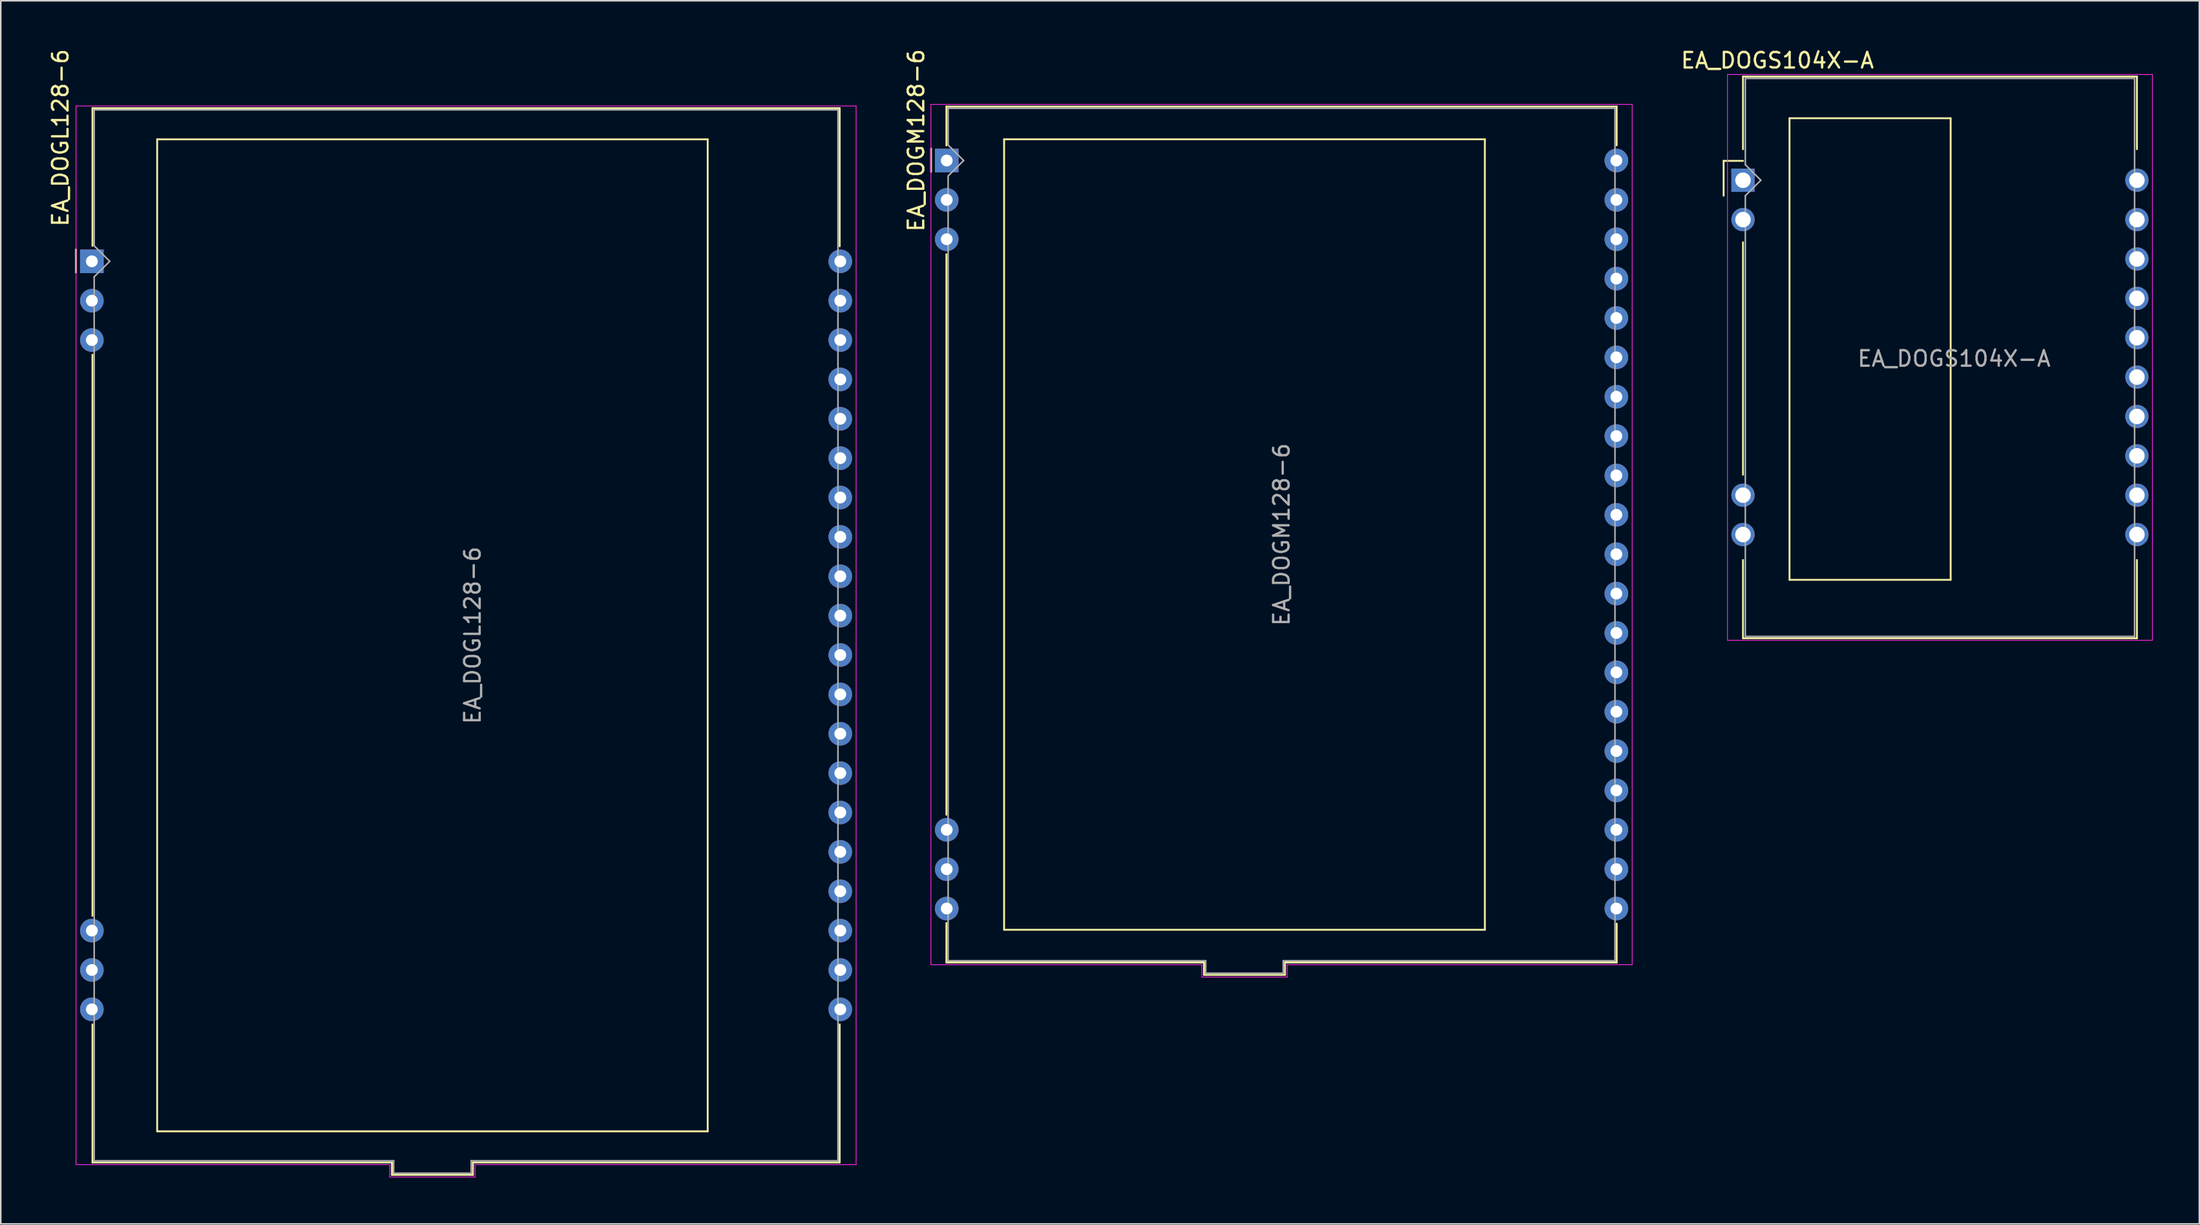
<source format=kicad_pcb>
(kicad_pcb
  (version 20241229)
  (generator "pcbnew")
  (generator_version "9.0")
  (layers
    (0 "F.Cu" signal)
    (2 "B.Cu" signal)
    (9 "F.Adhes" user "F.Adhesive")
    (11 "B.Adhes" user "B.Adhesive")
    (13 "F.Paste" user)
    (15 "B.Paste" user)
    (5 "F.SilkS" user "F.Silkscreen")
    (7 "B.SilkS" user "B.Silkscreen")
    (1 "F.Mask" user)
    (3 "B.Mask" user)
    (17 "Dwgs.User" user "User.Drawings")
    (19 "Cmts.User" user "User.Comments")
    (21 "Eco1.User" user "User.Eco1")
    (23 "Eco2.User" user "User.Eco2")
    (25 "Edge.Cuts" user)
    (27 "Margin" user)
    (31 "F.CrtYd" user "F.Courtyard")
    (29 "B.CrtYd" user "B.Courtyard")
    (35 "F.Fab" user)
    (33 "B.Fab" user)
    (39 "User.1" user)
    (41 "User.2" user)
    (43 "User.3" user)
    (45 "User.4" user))
  (footprint "EA_DOGM128-6"
    (layer "F.Cu")
    (at 57.996 7.306)
    (property "Reference" "EA_DOGM128-6" (at -1.97 -1.3 270) (layer "F.SilkS") (effects (font (size 1 1) (thickness 0.15))))
    (attr through_hole)
    (fp_line (start -1.01 -0.77) (end -1.01 0.73) (stroke (width 0.12) (type solid)) (layer "F.SilkS"))
    (fp_line (start -0.02 -3.48) (end 43.2 -3.48) (stroke (width 0.12) (type solid)) (layer "F.SilkS"))
    (fp_line (start -0.02 -0.97) (end -0.02 -3.48) (stroke (width 0.12) (type solid)) (layer "F.SilkS"))
    (fp_line (start -0.02 6.05) (end -0.02 42.21) (stroke (width 0.12) (type solid)) (layer "F.SilkS"))
    (fp_line (start -0.02 51.74) (end -0.02 49.19) (stroke (width 0.12) (type solid)) (layer "F.SilkS"))
    (fp_line (start 3.7 -1.37) (end 3.7 49.63) (stroke (width 0.12) (type solid)) (layer "F.SilkS"))
    (fp_line (start 3.7 49.63) (end 34.7 49.63) (stroke (width 0.12) (type solid)) (layer "F.SilkS"))
    (fp_line (start 16.59 51.74) (end -0.02 51.74) (stroke (width 0.12) (type solid)) (layer "F.SilkS"))
    (fp_line (start 16.59 52.54) (end 16.59 51.74) (stroke (width 0.12) (type solid)) (layer "F.SilkS"))
    (fp_line (start 21.81 51.74) (end 21.81 52.54) (stroke (width 0.12) (type solid)) (layer "F.SilkS"))
    (fp_line (start 21.81 52.54) (end 16.59 52.54) (stroke (width 0.12) (type solid)) (layer "F.SilkS"))
    (fp_line (start 34.7 -1.37) (end 3.7 -1.37) (stroke (width 0.12) (type solid)) (layer "F.SilkS"))
    (fp_line (start 34.7 49.63) (end 34.7 -1.37) (stroke (width 0.12) (type solid)) (layer "F.SilkS"))
    (fp_line (start 43.2 -3.48) (end 43.2 -0.98) (stroke (width 0.12) (type solid)) (layer "F.SilkS"))
    (fp_line (start 43.2 49.23) (end 43.2 51.74) (stroke (width 0.12) (type solid)) (layer "F.SilkS"))
    (fp_line (start 43.2 51.74) (end 21.81 51.74) (stroke (width 0.12) (type solid)) (layer "F.SilkS"))
    (fp_line (start -1.02 -3.62) (end 44.2 -3.62) (stroke (width 0.05) (type solid)) (layer "F.CrtYd"))
    (fp_line (start -1.02 51.88) (end -1.02 -3.62) (stroke (width 0.05) (type solid)) (layer "F.CrtYd"))
    (fp_line (start -1.02 51.88) (end 16.45 51.88) (stroke (width 0.05) (type solid)) (layer "F.CrtYd"))
    (fp_line (start 16.45 51.88) (end 16.45 52.68) (stroke (width 0.05) (type solid)) (layer "F.CrtYd"))
    (fp_line (start 16.45 52.68) (end 21.95 52.68) (stroke (width 0.05) (type solid)) (layer "F.CrtYd"))
    (fp_line (start 21.95 51.88) (end 44.2 51.88) (stroke (width 0.05) (type solid)) (layer "F.CrtYd"))
    (fp_line (start 21.95 52.68) (end 21.95 51.88) (stroke (width 0.05) (type solid)) (layer "F.CrtYd"))
    (fp_line (start 44.2 -3.62) (end 44.2 51.88) (stroke (width 0.05) (type solid)) (layer "F.CrtYd"))
    (fp_line (start 0.09 -1) (end 0.09 -3.37) (stroke (width 0.1) (type solid)) (layer "F.Fab"))
    (fp_line (start 0.09 -1) (end 1.09 0) (stroke (width 0.1) (type solid)) (layer "F.Fab"))
    (fp_line (start 0.09 1) (end 0.09 51.63) (stroke (width 0.1) (type solid)) (layer "F.Fab"))
    (fp_line (start 0.09 51.63) (end 16.7 51.63) (stroke (width 0.1) (type solid)) (layer "F.Fab"))
    (fp_line (start 1.09 0) (end 0.09 1) (stroke (width 0.1) (type solid)) (layer "F.Fab"))
    (fp_line (start 16.7 51.63) (end 16.7 52.43) (stroke (width 0.1) (type solid)) (layer "F.Fab"))
    (fp_line (start 16.7 52.43) (end 21.7 52.43) (stroke (width 0.1) (type solid)) (layer "F.Fab"))
    (fp_line (start 21.7 51.63) (end 43.09 51.63) (stroke (width 0.1) (type solid)) (layer "F.Fab"))
    (fp_line (start 21.7 52.43) (end 21.7 51.63) (stroke (width 0.1) (type solid)) (layer "F.Fab"))
    (fp_line (start 43.09 -3.37) (end 0.09 -3.37) (stroke (width 0.1) (type solid)) (layer "F.Fab"))
    (fp_line (start 43.09 51.63) (end 43.09 -3.37) (stroke (width 0.1) (type solid)) (layer "F.Fab"))
    (fp_text user "${REFERENCE}" (at 21.59 24.13 270) (layer "F.Fab") (effects (font (size 1 1) (thickness 0.15))))
    (pad "1" thru_hole rect (at 0 0 270) (size 1.524 1.524) (drill 0.762) (layers "*.Cu" "*.Mask"))
    (pad "2" thru_hole circle (at 0 2.54 270) (size 1.524 1.524) (drill 0.762) (layers "*.Cu" "*.Mask"))
    (pad "3" thru_hole circle (at 0 5.08 270) (size 1.524 1.524) (drill 0.762) (layers "*.Cu" "*.Mask"))
    (pad "18" thru_hole circle (at 0 43.18 270) (size 1.524 1.524) (drill 0.762) (layers "*.Cu" "*.Mask"))
    (pad "19" thru_hole circle (at 0 45.72 270) (size 1.524 1.524) (drill 0.762) (layers "*.Cu" "*.Mask"))
    (pad "20" thru_hole circle (at 0 48.26 270) (size 1.524 1.524) (drill 0.762) (layers "*.Cu" "*.Mask"))
    (pad "21" thru_hole circle (at 43.18 48.26 270) (size 1.524 1.524) (drill 0.762) (layers "*.Cu" "*.Mask"))
    (pad "22" thru_hole circle (at 43.18 45.72 270) (size 1.524 1.524) (drill 0.762) (layers "*.Cu" "*.Mask"))
    (pad "23" thru_hole circle (at 43.18 43.18 270) (size 1.524 1.524) (drill 0.762) (layers "*.Cu" "*.Mask"))
    (pad "24" thru_hole circle (at 43.18 40.64 270) (size 1.524 1.524) (drill 0.762) (layers "*.Cu" "*.Mask"))
    (pad "25" thru_hole circle (at 43.18 38.1 270) (size 1.524 1.524) (drill 0.762) (layers "*.Cu" "*.Mask"))
    (pad "26" thru_hole circle (at 43.18 35.56 270) (size 1.524 1.524) (drill 0.762) (layers "*.Cu" "*.Mask"))
    (pad "27" thru_hole circle (at 43.18 33.02 270) (size 1.524 1.524) (drill 0.762) (layers "*.Cu" "*.Mask"))
    (pad "28" thru_hole circle (at 43.18 30.48 270) (size 1.524 1.524) (drill 0.762) (layers "*.Cu" "*.Mask"))
    (pad "29" thru_hole circle (at 43.18 27.94 270) (size 1.524 1.524) (drill 0.762) (layers "*.Cu" "*.Mask"))
    (pad "30" thru_hole circle (at 43.18 25.4 270) (size 1.524 1.524) (drill 0.762) (layers "*.Cu" "*.Mask"))
    (pad "31" thru_hole circle (at 43.18 22.86 270) (size 1.524 1.524) (drill 0.762) (layers "*.Cu" "*.Mask"))
    (pad "32" thru_hole circle (at 43.18 20.32 270) (size 1.524 1.524) (drill 0.762) (layers "*.Cu" "*.Mask"))
    (pad "33" thru_hole circle (at 43.18 17.78 270) (size 1.524 1.524) (drill 0.762) (layers "*.Cu" "*.Mask"))
    (pad "34" thru_hole circle (at 43.18 15.24 270) (size 1.524 1.524) (drill 0.762) (layers "*.Cu" "*.Mask"))
    (pad "35" thru_hole circle (at 43.18 12.7 270) (size 1.524 1.524) (drill 0.762) (layers "*.Cu" "*.Mask"))
    (pad "36" thru_hole circle (at 43.18 10.16 270) (size 1.524 1.524) (drill 0.762) (layers "*.Cu" "*.Mask"))
    (pad "37" thru_hole circle (at 43.18 7.62 270) (size 1.524 1.524) (drill 0.762) (layers "*.Cu" "*.Mask"))
    (pad "38" thru_hole circle (at 43.18 5.08 270) (size 1.524 1.524) (drill 0.762) (layers "*.Cu" "*.Mask"))
    (pad "39" thru_hole circle (at 43.18 2.54 270) (size 1.524 1.524) (drill 0.762) (layers "*.Cu" "*.Mask"))
    (pad "40" thru_hole circle (at 43.18 0 270) (size 1.524 1.524) (drill 0.762) (layers "*.Cu" "*.Mask")))
  (footprint "EA_DOGL128-6"
    (layer "F.Cu")
    (at 2.873 13.809)
    (property "Reference" "EA_DOGL128-6" (at -2.025 -7.97 270) (layer "F.SilkS") (effects (font (size 1 1) (thickness 0.15))))
    (attr through_hole)
    (fp_line (start -1.025 -0.77) (end -1.025 0.73) (stroke (width 0.12) (type solid)) (layer "F.SilkS"))
    (fp_line (start 0.04 -9.88) (end 0.04 -1) (stroke (width 0.12) (type solid)) (layer "F.SilkS"))
    (fp_line (start 0.04 -9.88) (end 48.22 -9.88) (stroke (width 0.12) (type solid)) (layer "F.SilkS"))
    (fp_line (start 0.04 42.23) (end 0.04 6.03) (stroke (width 0.12) (type solid)) (layer "F.SilkS"))
    (fp_line (start 0.04 58.14) (end 0.04 49.23) (stroke (width 0.12) (type solid)) (layer "F.SilkS"))
    (fp_line (start 4.21 -7.87) (end 4.21 56.13) (stroke (width 0.12) (type solid)) (layer "F.SilkS"))
    (fp_line (start 4.21 56.13) (end 39.71 56.13) (stroke (width 0.12) (type solid)) (layer "F.SilkS"))
    (fp_line (start 19.35 58.14) (end 0.04 58.14) (stroke (width 0.12) (type solid)) (layer "F.SilkS"))
    (fp_line (start 19.35 58.94) (end 19.35 58.14) (stroke (width 0.12) (type solid)) (layer "F.SilkS"))
    (fp_line (start 24.57 58.14) (end 24.57 58.94) (stroke (width 0.12) (type solid)) (layer "F.SilkS"))
    (fp_line (start 24.57 58.94) (end 19.35 58.94) (stroke (width 0.12) (type solid)) (layer "F.SilkS"))
    (fp_line (start 39.71 -7.87) (end 4.21 -7.87) (stroke (width 0.12) (type solid)) (layer "F.SilkS"))
    (fp_line (start 39.71 56.13) (end 39.71 -7.87) (stroke (width 0.12) (type solid)) (layer "F.SilkS"))
    (fp_line (start 48.22 -9.88) (end 48.22 -0.97) (stroke (width 0.12) (type solid)) (layer "F.SilkS"))
    (fp_line (start 48.22 49.23) (end 48.22 58.14) (stroke (width 0.12) (type solid)) (layer "F.SilkS"))
    (fp_line (start 48.22 58.14) (end 24.57 58.14) (stroke (width 0.12) (type solid)) (layer "F.SilkS"))
    (fp_line (start -1.02 -10.02) (end -1.02 58.28) (stroke (width 0.05) (type solid)) (layer "F.CrtYd"))
    (fp_line (start -1.02 -10.02) (end 49.28 -10.02) (stroke (width 0.05) (type solid)) (layer "F.CrtYd"))
    (fp_line (start 19.21 58.28) (end -1.02 58.28) (stroke (width 0.05) (type solid)) (layer "F.CrtYd"))
    (fp_line (start 19.21 59.08) (end 19.21 58.28) (stroke (width 0.05) (type solid)) (layer "F.CrtYd"))
    (fp_line (start 24.71 58.28) (end 24.71 59.08) (stroke (width 0.05) (type solid)) (layer "F.CrtYd"))
    (fp_line (start 24.71 59.08) (end 19.21 59.08) (stroke (width 0.05) (type solid)) (layer "F.CrtYd"))
    (fp_line (start 49.28 -10.02) (end 49.28 58.28) (stroke (width 0.05) (type solid)) (layer "F.CrtYd"))
    (fp_line (start 49.28 58.28) (end 24.71 58.28) (stroke (width 0.05) (type solid)) (layer "F.CrtYd"))
    (fp_line (start 0.15 -9.77) (end 0.15 -1) (stroke (width 0.1) (type solid)) (layer "F.Fab"))
    (fp_line (start 0.15 -1) (end 1.15 0) (stroke (width 0.1) (type solid)) (layer "F.Fab"))
    (fp_line (start 0.15 58.03) (end 0.15 1) (stroke (width 0.1) (type solid)) (layer "F.Fab"))
    (fp_line (start 1.15 0) (end 0.15 1) (stroke (width 0.1) (type solid)) (layer "F.Fab"))
    (fp_line (start 19.46 58.03) (end 0.15 58.03) (stroke (width 0.1) (type solid)) (layer "F.Fab"))
    (fp_line (start 19.46 58.03) (end 19.46 58.83) (stroke (width 0.1) (type solid)) (layer "F.Fab"))
    (fp_line (start 19.46 58.83) (end 24.46 58.83) (stroke (width 0.1) (type solid)) (layer "F.Fab"))
    (fp_line (start 24.46 58.83) (end 24.46 58.03) (stroke (width 0.1) (type solid)) (layer "F.Fab"))
    (fp_line (start 48.11 -9.77) (end 0.15 -9.77) (stroke (width 0.1) (type solid)) (layer "F.Fab"))
    (fp_line (start 48.11 58.03) (end 24.46 58.03) (stroke (width 0.1) (type solid)) (layer "F.Fab"))
    (fp_line (start 48.11 58.03) (end 48.11 -9.77) (stroke (width 0.1) (type solid)) (layer "F.Fab"))
    (fp_text user "${REFERENCE}" (at 24.55 24.13 270) (layer "F.Fab") (effects (font (size 1 1) (thickness 0.15))))
    (pad "1" thru_hole rect (at 0 0 270) (size 1.524 1.524) (drill 0.762) (layers "*.Cu" "*.Mask"))
    (pad "2" thru_hole circle (at 0 2.54 270) (size 1.524 1.524) (drill 0.762) (layers "*.Cu" "*.Mask"))
    (pad "3" thru_hole circle (at 0 5.08 270) (size 1.524 1.524) (drill 0.762) (layers "*.Cu" "*.Mask"))
    (pad "18" thru_hole circle (at 0 43.18 270) (size 1.524 1.524) (drill 0.762) (layers "*.Cu" "*.Mask"))
    (pad "19" thru_hole circle (at 0 45.72 270) (size 1.524 1.524) (drill 0.762) (layers "*.Cu" "*.Mask"))
    (pad "20" thru_hole circle (at 0 48.26 270) (size 1.524 1.524) (drill 0.762) (layers "*.Cu" "*.Mask"))
    (pad "21" thru_hole circle (at 48.26 48.26 270) (size 1.524 1.524) (drill 0.762) (layers "*.Cu" "*.Mask"))
    (pad "22" thru_hole circle (at 48.26 45.72 270) (size 1.524 1.524) (drill 0.762) (layers "*.Cu" "*.Mask"))
    (pad "23" thru_hole circle (at 48.26 43.18 270) (size 1.524 1.524) (drill 0.762) (layers "*.Cu" "*.Mask"))
    (pad "24" thru_hole circle (at 48.26 40.64 270) (size 1.524 1.524) (drill 0.762) (layers "*.Cu" "*.Mask"))
    (pad "25" thru_hole circle (at 48.26 38.1 270) (size 1.524 1.524) (drill 0.762) (layers "*.Cu" "*.Mask"))
    (pad "26" thru_hole circle (at 48.26 35.56 270) (size 1.524 1.524) (drill 0.762) (layers "*.Cu" "*.Mask"))
    (pad "27" thru_hole circle (at 48.26 33.02 270) (size 1.524 1.524) (drill 0.762) (layers "*.Cu" "*.Mask"))
    (pad "28" thru_hole circle (at 48.26 30.48 270) (size 1.524 1.524) (drill 0.762) (layers "*.Cu" "*.Mask"))
    (pad "29" thru_hole circle (at 48.26 27.94 270) (size 1.524 1.524) (drill 0.762) (layers "*.Cu" "*.Mask"))
    (pad "30" thru_hole circle (at 48.26 25.4 270) (size 1.524 1.524) (drill 0.762) (layers "*.Cu" "*.Mask"))
    (pad "31" thru_hole circle (at 48.26 22.86 270) (size 1.524 1.524) (drill 0.762) (layers "*.Cu" "*.Mask"))
    (pad "32" thru_hole circle (at 48.26 20.32 270) (size 1.524 1.524) (drill 0.762) (layers "*.Cu" "*.Mask"))
    (pad "33" thru_hole circle (at 48.26 17.78 270) (size 1.524 1.524) (drill 0.762) (layers "*.Cu" "*.Mask"))
    (pad "34" thru_hole circle (at 48.26 15.24 270) (size 1.524 1.524) (drill 0.762) (layers "*.Cu" "*.Mask"))
    (pad "35" thru_hole circle (at 48.26 12.7 270) (size 1.524 1.524) (drill 0.762) (layers "*.Cu" "*.Mask"))
    (pad "36" thru_hole circle (at 48.26 10.16 270) (size 1.524 1.524) (drill 0.762) (layers "*.Cu" "*.Mask"))
    (pad "37" thru_hole circle (at 48.26 7.62 270) (size 1.524 1.524) (drill 0.762) (layers "*.Cu" "*.Mask"))
    (pad "38" thru_hole circle (at 48.26 5.08 270) (size 1.524 1.524) (drill 0.762) (layers "*.Cu" "*.Mask"))
    (pad "39" thru_hole circle (at 48.26 2.54 270) (size 1.524 1.524) (drill 0.762) (layers "*.Cu" "*.Mask"))
    (pad "40" thru_hole circle (at 48.26 0 270) (size 1.524 1.524) (drill 0.762) (layers "*.Cu" "*.Mask")))
  (footprint "EA_DOGS104X-A"
    (layer "F.Cu")
    (at 109.341 8.578)
    (property "Reference" "EA_DOGS104X-A" (at 2.22 -7.73 0) (layer "F.SilkS") (effects (font (size 1 1) (thickness 0.15))))
    (attr through_hole)
    (fp_line (start -1.25 -1.25) (end -1.25 1) (stroke (width 0.12) (type solid)) (layer "F.SilkS"))
    (fp_line (start -1.25 -1.25) (end 0 -1.25) (stroke (width 0.12) (type solid)) (layer "F.SilkS"))
    (fp_line (start 0 -6.69) (end 25.4 -6.69) (stroke (width 0.12) (type solid)) (layer "F.SilkS"))
    (fp_line (start 0 -2) (end 0 -6.69) (stroke (width 0.12) (type solid)) (layer "F.SilkS"))
    (fp_line (start 0 4) (end 0 19) (stroke (width 0.12) (type solid)) (layer "F.SilkS"))
    (fp_line (start 0 24.5) (end 0 29.55) (stroke (width 0.12) (type solid)) (layer "F.SilkS"))
    (fp_line (start 3 -4) (end 3 25.78) (stroke (width 0.12) (type solid)) (layer "F.SilkS"))
    (fp_line (start 3 25.78) (end 13.39 25.78) (stroke (width 0.12) (type solid)) (layer "F.SilkS"))
    (fp_line (start 13.39 -4) (end 3 -4) (stroke (width 0.12) (type solid)) (layer "F.SilkS"))
    (fp_line (start 13.39 25.78) (end 13.39 -4) (stroke (width 0.12) (type solid)) (layer "F.SilkS"))
    (fp_line (start 25.4 -6.69) (end 25.4 -2) (stroke (width 0.12) (type solid)) (layer "F.SilkS"))
    (fp_line (start 25.4 24.5) (end 25.4 29.55) (stroke (width 0.12) (type solid)) (layer "F.SilkS"))
    (fp_line (start 25.4 29.55) (end 0 29.55) (stroke (width 0.12) (type solid)) (layer "F.SilkS"))
    (fp_line (start -1 -6.82) (end 26.4 -6.82) (stroke (width 0.05) (type solid)) (layer "F.CrtYd"))
    (fp_line (start -1 29.68) (end -1 -6.82) (stroke (width 0.05) (type solid)) (layer "F.CrtYd"))
    (fp_line (start 26.4 -6.82) (end 26.4 29.68) (stroke (width 0.05) (type solid)) (layer "F.CrtYd"))
    (fp_line (start 26.4 29.68) (end -1 29.68) (stroke (width 0.05) (type solid)) (layer "F.CrtYd"))
    (fp_line (start 0.15 -6.57) (end 25.25 -6.57) (stroke (width 0.1) (type solid)) (layer "F.Fab"))
    (fp_line (start 0.15 -1) (end 0.15 -6.57) (stroke (width 0.1) (type solid)) (layer "F.Fab"))
    (fp_line (start 0.15 -1) (end 1.15 0) (stroke (width 0.1) (type solid)) (layer "F.Fab"))
    (fp_line (start 0.15 1) (end 0.15 29.43) (stroke (width 0.1) (type solid)) (layer "F.Fab"))
    (fp_line (start 1.15 0) (end 0.15 1) (stroke (width 0.1) (type solid)) (layer "F.Fab"))
    (fp_line (start 25.25 -6.57) (end 25.25 29.43) (stroke (width 0.1) (type solid)) (layer "F.Fab"))
    (fp_line (start 25.25 29.43) (end 0.15 29.43) (stroke (width 0.1) (type solid)) (layer "F.Fab"))
    (fp_text user "${REFERENCE}" (at 13.61 11.51 0) (layer "F.Fab") (effects (font (size 1 1) (thickness 0.15))))
    (pad "1" thru_hole rect (at 0 0) (size 1.5 1.5) (drill 1) (layers "*.Cu" "*.Mask"))
    (pad "2" thru_hole circle (at 0 2.54) (size 1.5 1.5) (drill 1) (layers "*.Cu" "*.Mask"))
    (pad "9" thru_hole circle (at 0 20.32) (size 1.5 1.5) (drill 1) (layers "*.Cu" "*.Mask"))
    (pad "10" thru_hole circle (at 0 22.86) (size 1.5 1.5) (drill 1) (layers "*.Cu" "*.Mask"))
    (pad "11" thru_hole circle (at 25.4 22.86) (size 1.5 1.5) (drill 1) (layers "*.Cu" "*.Mask"))
    (pad "12" thru_hole circle (at 25.4 20.32) (size 1.5 1.5) (drill 1) (layers "*.Cu" "*.Mask"))
    (pad "13" thru_hole circle (at 25.4 17.78) (size 1.5 1.5) (drill 1) (layers "*.Cu" "*.Mask"))
    (pad "14" thru_hole circle (at 25.4 15.24) (size 1.5 1.5) (drill 1) (layers "*.Cu" "*.Mask"))
    (pad "15" thru_hole circle (at 25.4 12.7) (size 1.5 1.5) (drill 1) (layers "*.Cu" "*.Mask"))
    (pad "16" thru_hole circle (at 25.4 10.16) (size 1.5 1.5) (drill 1) (layers "*.Cu" "*.Mask"))
    (pad "17" thru_hole circle (at 25.4 7.62) (size 1.5 1.5) (drill 1) (layers "*.Cu" "*.Mask"))
    (pad "18" thru_hole circle (at 25.4 5.08) (size 1.5 1.5) (drill 1) (layers "*.Cu" "*.Mask"))
    (pad "19" thru_hole circle (at 25.4 2.54) (size 1.5 1.5) (drill 1) (layers "*.Cu" "*.Mask"))
    (pad "20" thru_hole circle (at 25.4 0) (size 1.5 1.5) (drill 1) (layers "*.Cu" "*.Mask")))
  (gr_rect
    (start -3 -3)
    (end 138.766 75.914)
    (stroke (width 0.1) (type default))
    (fill no)
    (layer "Edge.Cuts")))
</source>
